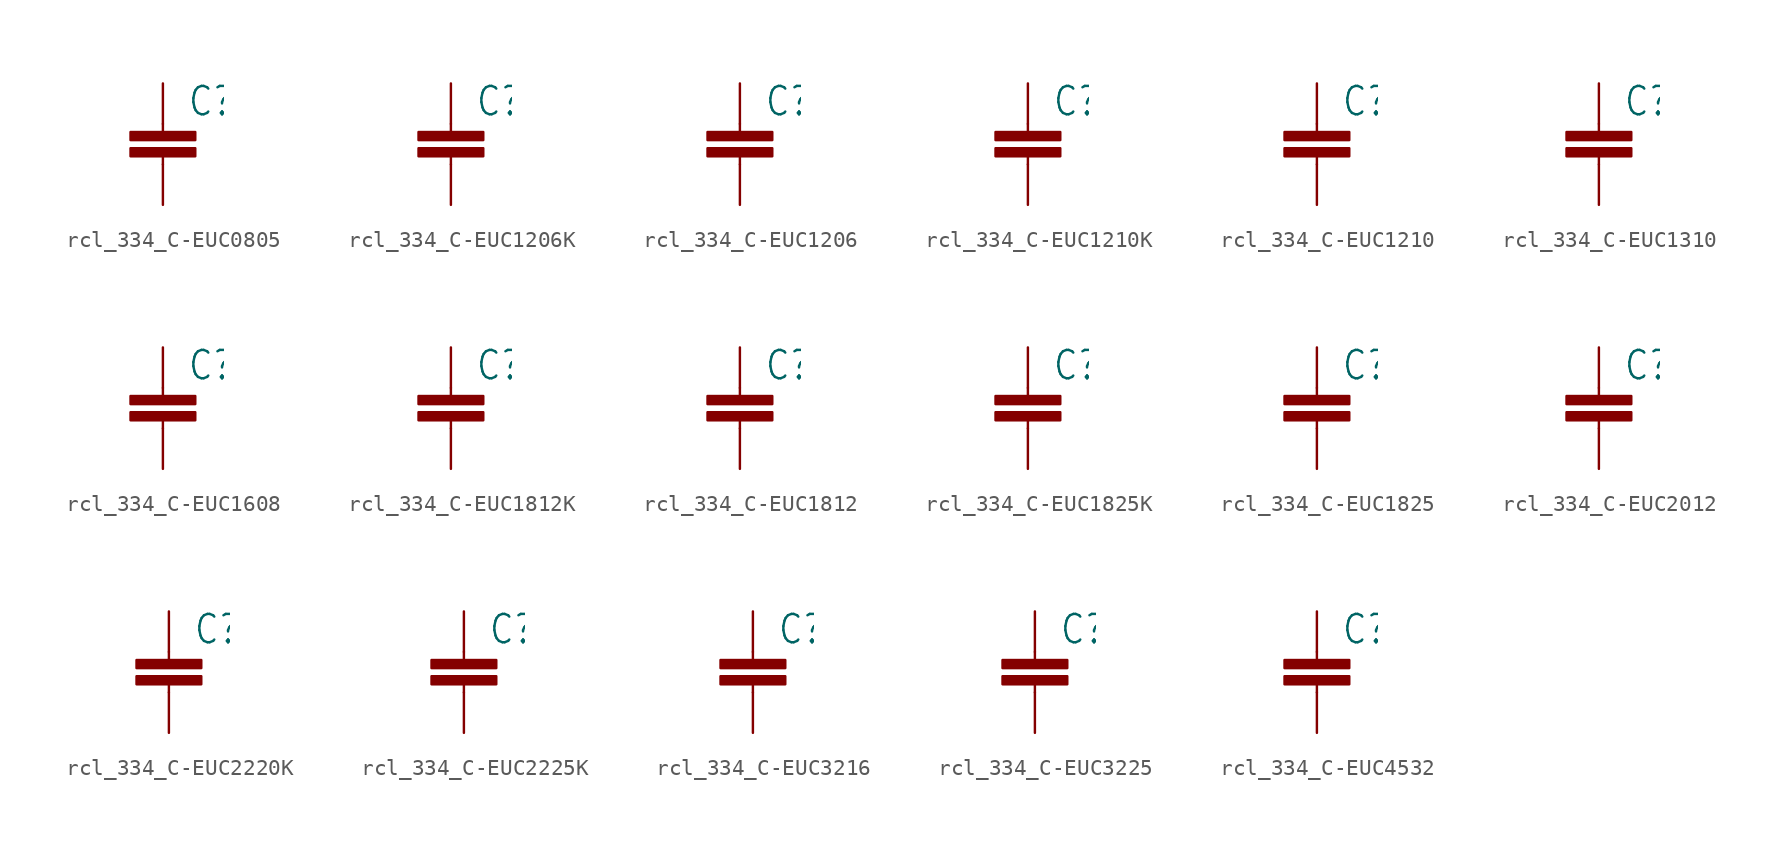
<source format=kicad_sym>
(kicad_symbol_lib
  (version 20241209)
  (generator "kicad_symbol_editor")
  (generator_version "9.0")
  (symbol "rcl_334_C-EUC0805"
    (property "Reference" "C"
      (at 1.524 0.381 0)
      (effects (font (size 1.778 1.511)) (justify left bottom)))
    (property "Value" ""
      (at 1.524 -4.699 0)
      (effects (font (size 1.778 1.511)) (justify left bottom)))
    (property "ki_locked" ""
      (at 0 0 0)
      (effects (font (size 1.27 1.27))))
    (symbol "rcl_334_C-EUC0805_1_0"
      (rectangle (start -2.032 -1.016) (end 2.032 -0.508) (stroke (width 0) (type default)) (fill (type outline)))
      (rectangle (start -2.032 -2.032) (end 2.032 -1.524) (stroke (width 0) (type default)) (fill (type outline)))
      (polyline (pts (xy 0 0) (xy 0 -0.508)) (stroke (width 0.152) (type solid)) (fill (type none)))
      (polyline (pts (xy 0 -2.54) (xy 0 -2.032)) (stroke (width 0.152) (type solid)) (fill (type none)))
      (pin passive line (at 0 2.54 270) (length 2.54) (name "1" (effects (font (size 0 0)))) (number "1" (effects (font (size 0 0)))))
      (pin passive line (at 0 -5.08 90) (length 2.54) (name "2" (effects (font (size 0 0)))) (number "2" (effects (font (size 0 0)))))))
  (symbol "rcl_334_C-EUC1206K"
    (property "Reference" "C"
      (at 1.524 0.381 0)
      (effects (font (size 1.778 1.511)) (justify left bottom)))
    (property "Value" ""
      (at 1.524 -4.699 0)
      (effects (font (size 1.778 1.511)) (justify left bottom)))
    (property "ki_locked" ""
      (at 0 0 0)
      (effects (font (size 1.27 1.27))))
    (symbol "rcl_334_C-EUC1206K_1_0"
      (rectangle (start -2.032 -1.016) (end 2.032 -0.508) (stroke (width 0) (type default)) (fill (type outline)))
      (rectangle (start -2.032 -2.032) (end 2.032 -1.524) (stroke (width 0) (type default)) (fill (type outline)))
      (polyline (pts (xy 0 0) (xy 0 -0.508)) (stroke (width 0.152) (type solid)) (fill (type none)))
      (polyline (pts (xy 0 -2.54) (xy 0 -2.032)) (stroke (width 0.152) (type solid)) (fill (type none)))
      (pin passive line (at 0 2.54 270) (length 2.54) (name "1" (effects (font (size 0 0)))) (number "1" (effects (font (size 0 0)))))
      (pin passive line (at 0 -5.08 90) (length 2.54) (name "2" (effects (font (size 0 0)))) (number "2" (effects (font (size 0 0)))))))
  (symbol "rcl_334_C-EUC1206"
    (property "Reference" "C"
      (at 1.524 0.381 0)
      (effects (font (size 1.778 1.511)) (justify left bottom)))
    (property "Value" ""
      (at 1.524 -4.699 0)
      (effects (font (size 1.778 1.511)) (justify left bottom)))
    (property "ki_locked" ""
      (at 0 0 0)
      (effects (font (size 1.27 1.27))))
    (symbol "rcl_334_C-EUC1206_1_0"
      (rectangle (start -2.032 -1.016) (end 2.032 -0.508) (stroke (width 0) (type default)) (fill (type outline)))
      (rectangle (start -2.032 -2.032) (end 2.032 -1.524) (stroke (width 0) (type default)) (fill (type outline)))
      (polyline (pts (xy 0 0) (xy 0 -0.508)) (stroke (width 0.152) (type solid)) (fill (type none)))
      (polyline (pts (xy 0 -2.54) (xy 0 -2.032)) (stroke (width 0.152) (type solid)) (fill (type none)))
      (pin passive line (at 0 2.54 270) (length 2.54) (name "1" (effects (font (size 0 0)))) (number "1" (effects (font (size 0 0)))))
      (pin passive line (at 0 -5.08 90) (length 2.54) (name "2" (effects (font (size 0 0)))) (number "2" (effects (font (size 0 0)))))))
  (symbol "rcl_334_C-EUC1210K"
    (property "Reference" "C"
      (at 1.524 0.381 0)
      (effects (font (size 1.778 1.511)) (justify left bottom)))
    (property "Value" ""
      (at 1.524 -4.699 0)
      (effects (font (size 1.778 1.511)) (justify left bottom)))
    (property "ki_locked" ""
      (at 0 0 0)
      (effects (font (size 1.27 1.27))))
    (symbol "rcl_334_C-EUC1210K_1_0"
      (rectangle (start -2.032 -1.016) (end 2.032 -0.508) (stroke (width 0) (type default)) (fill (type outline)))
      (rectangle (start -2.032 -2.032) (end 2.032 -1.524) (stroke (width 0) (type default)) (fill (type outline)))
      (polyline (pts (xy 0 0) (xy 0 -0.508)) (stroke (width 0.152) (type solid)) (fill (type none)))
      (polyline (pts (xy 0 -2.54) (xy 0 -2.032)) (stroke (width 0.152) (type solid)) (fill (type none)))
      (pin passive line (at 0 2.54 270) (length 2.54) (name "1" (effects (font (size 0 0)))) (number "1" (effects (font (size 0 0)))))
      (pin passive line (at 0 -5.08 90) (length 2.54) (name "2" (effects (font (size 0 0)))) (number "2" (effects (font (size 0 0)))))))
  (symbol "rcl_334_C-EUC1210"
    (property "Reference" "C"
      (at 1.524 0.381 0)
      (effects (font (size 1.778 1.511)) (justify left bottom)))
    (property "Value" ""
      (at 1.524 -4.699 0)
      (effects (font (size 1.778 1.511)) (justify left bottom)))
    (property "ki_locked" ""
      (at 0 0 0)
      (effects (font (size 1.27 1.27))))
    (symbol "rcl_334_C-EUC1210_1_0"
      (rectangle (start -2.032 -1.016) (end 2.032 -0.508) (stroke (width 0) (type default)) (fill (type outline)))
      (rectangle (start -2.032 -2.032) (end 2.032 -1.524) (stroke (width 0) (type default)) (fill (type outline)))
      (polyline (pts (xy 0 0) (xy 0 -0.508)) (stroke (width 0.152) (type solid)) (fill (type none)))
      (polyline (pts (xy 0 -2.54) (xy 0 -2.032)) (stroke (width 0.152) (type solid)) (fill (type none)))
      (pin passive line (at 0 2.54 270) (length 2.54) (name "1" (effects (font (size 0 0)))) (number "1" (effects (font (size 0 0)))))
      (pin passive line (at 0 -5.08 90) (length 2.54) (name "2" (effects (font (size 0 0)))) (number "2" (effects (font (size 0 0)))))))
  (symbol "rcl_334_C-EUC1310"
    (property "Reference" "C"
      (at 1.524 0.381 0)
      (effects (font (size 1.778 1.511)) (justify left bottom)))
    (property "Value" ""
      (at 1.524 -4.699 0)
      (effects (font (size 1.778 1.511)) (justify left bottom)))
    (property "ki_locked" ""
      (at 0 0 0)
      (effects (font (size 1.27 1.27))))
    (symbol "rcl_334_C-EUC1310_1_0"
      (rectangle (start -2.032 -1.016) (end 2.032 -0.508) (stroke (width 0) (type default)) (fill (type outline)))
      (rectangle (start -2.032 -2.032) (end 2.032 -1.524) (stroke (width 0) (type default)) (fill (type outline)))
      (polyline (pts (xy 0 0) (xy 0 -0.508)) (stroke (width 0.152) (type solid)) (fill (type none)))
      (polyline (pts (xy 0 -2.54) (xy 0 -2.032)) (stroke (width 0.152) (type solid)) (fill (type none)))
      (pin passive line (at 0 2.54 270) (length 2.54) (name "1" (effects (font (size 0 0)))) (number "1" (effects (font (size 0 0)))))
      (pin passive line (at 0 -5.08 90) (length 2.54) (name "2" (effects (font (size 0 0)))) (number "2" (effects (font (size 0 0)))))))
  (symbol "rcl_334_C-EUC1608"
    (property "Reference" "C"
      (at 1.524 0.381 0)
      (effects (font (size 1.778 1.511)) (justify left bottom)))
    (property "Value" ""
      (at 1.524 -4.699 0)
      (effects (font (size 1.778 1.511)) (justify left bottom)))
    (property "ki_locked" ""
      (at 0 0 0)
      (effects (font (size 1.27 1.27))))
    (symbol "rcl_334_C-EUC1608_1_0"
      (rectangle (start -2.032 -1.016) (end 2.032 -0.508) (stroke (width 0) (type default)) (fill (type outline)))
      (rectangle (start -2.032 -2.032) (end 2.032 -1.524) (stroke (width 0) (type default)) (fill (type outline)))
      (polyline (pts (xy 0 0) (xy 0 -0.508)) (stroke (width 0.152) (type solid)) (fill (type none)))
      (polyline (pts (xy 0 -2.54) (xy 0 -2.032)) (stroke (width 0.152) (type solid)) (fill (type none)))
      (pin passive line (at 0 2.54 270) (length 2.54) (name "1" (effects (font (size 0 0)))) (number "1" (effects (font (size 0 0)))))
      (pin passive line (at 0 -5.08 90) (length 2.54) (name "2" (effects (font (size 0 0)))) (number "2" (effects (font (size 0 0)))))))
  (symbol "rcl_334_C-EUC1812K"
    (property "Reference" "C"
      (at 1.524 0.381 0)
      (effects (font (size 1.778 1.511)) (justify left bottom)))
    (property "Value" ""
      (at 1.524 -4.699 0)
      (effects (font (size 1.778 1.511)) (justify left bottom)))
    (property "ki_locked" ""
      (at 0 0 0)
      (effects (font (size 1.27 1.27))))
    (symbol "rcl_334_C-EUC1812K_1_0"
      (rectangle (start -2.032 -1.016) (end 2.032 -0.508) (stroke (width 0) (type default)) (fill (type outline)))
      (rectangle (start -2.032 -2.032) (end 2.032 -1.524) (stroke (width 0) (type default)) (fill (type outline)))
      (polyline (pts (xy 0 0) (xy 0 -0.508)) (stroke (width 0.152) (type solid)) (fill (type none)))
      (polyline (pts (xy 0 -2.54) (xy 0 -2.032)) (stroke (width 0.152) (type solid)) (fill (type none)))
      (pin passive line (at 0 2.54 270) (length 2.54) (name "1" (effects (font (size 0 0)))) (number "1" (effects (font (size 0 0)))))
      (pin passive line (at 0 -5.08 90) (length 2.54) (name "2" (effects (font (size 0 0)))) (number "2" (effects (font (size 0 0)))))))
  (symbol "rcl_334_C-EUC1812"
    (property "Reference" "C"
      (at 1.524 0.381 0)
      (effects (font (size 1.778 1.511)) (justify left bottom)))
    (property "Value" ""
      (at 1.524 -4.699 0)
      (effects (font (size 1.778 1.511)) (justify left bottom)))
    (property "ki_locked" ""
      (at 0 0 0)
      (effects (font (size 1.27 1.27))))
    (symbol "rcl_334_C-EUC1812_1_0"
      (rectangle (start -2.032 -1.016) (end 2.032 -0.508) (stroke (width 0) (type default)) (fill (type outline)))
      (rectangle (start -2.032 -2.032) (end 2.032 -1.524) (stroke (width 0) (type default)) (fill (type outline)))
      (polyline (pts (xy 0 0) (xy 0 -0.508)) (stroke (width 0.152) (type solid)) (fill (type none)))
      (polyline (pts (xy 0 -2.54) (xy 0 -2.032)) (stroke (width 0.152) (type solid)) (fill (type none)))
      (pin passive line (at 0 2.54 270) (length 2.54) (name "1" (effects (font (size 0 0)))) (number "1" (effects (font (size 0 0)))))
      (pin passive line (at 0 -5.08 90) (length 2.54) (name "2" (effects (font (size 0 0)))) (number "2" (effects (font (size 0 0)))))))
  (symbol "rcl_334_C-EUC1825K"
    (property "Reference" "C"
      (at 1.524 0.381 0)
      (effects (font (size 1.778 1.511)) (justify left bottom)))
    (property "Value" ""
      (at 1.524 -4.699 0)
      (effects (font (size 1.778 1.511)) (justify left bottom)))
    (property "ki_locked" ""
      (at 0 0 0)
      (effects (font (size 1.27 1.27))))
    (symbol "rcl_334_C-EUC1825K_1_0"
      (rectangle (start -2.032 -1.016) (end 2.032 -0.508) (stroke (width 0) (type default)) (fill (type outline)))
      (rectangle (start -2.032 -2.032) (end 2.032 -1.524) (stroke (width 0) (type default)) (fill (type outline)))
      (polyline (pts (xy 0 0) (xy 0 -0.508)) (stroke (width 0.152) (type solid)) (fill (type none)))
      (polyline (pts (xy 0 -2.54) (xy 0 -2.032)) (stroke (width 0.152) (type solid)) (fill (type none)))
      (pin passive line (at 0 2.54 270) (length 2.54) (name "1" (effects (font (size 0 0)))) (number "1" (effects (font (size 0 0)))))
      (pin passive line (at 0 -5.08 90) (length 2.54) (name "2" (effects (font (size 0 0)))) (number "2" (effects (font (size 0 0)))))))
  (symbol "rcl_334_C-EUC1825"
    (property "Reference" "C"
      (at 1.524 0.381 0)
      (effects (font (size 1.778 1.511)) (justify left bottom)))
    (property "Value" ""
      (at 1.524 -4.699 0)
      (effects (font (size 1.778 1.511)) (justify left bottom)))
    (property "ki_locked" ""
      (at 0 0 0)
      (effects (font (size 1.27 1.27))))
    (symbol "rcl_334_C-EUC1825_1_0"
      (rectangle (start -2.032 -1.016) (end 2.032 -0.508) (stroke (width 0) (type default)) (fill (type outline)))
      (rectangle (start -2.032 -2.032) (end 2.032 -1.524) (stroke (width 0) (type default)) (fill (type outline)))
      (polyline (pts (xy 0 0) (xy 0 -0.508)) (stroke (width 0.152) (type solid)) (fill (type none)))
      (polyline (pts (xy 0 -2.54) (xy 0 -2.032)) (stroke (width 0.152) (type solid)) (fill (type none)))
      (pin passive line (at 0 2.54 270) (length 2.54) (name "1" (effects (font (size 0 0)))) (number "1" (effects (font (size 0 0)))))
      (pin passive line (at 0 -5.08 90) (length 2.54) (name "2" (effects (font (size 0 0)))) (number "2" (effects (font (size 0 0)))))))
  (symbol "rcl_334_C-EUC2012"
    (property "Reference" "C"
      (at 1.524 0.381 0)
      (effects (font (size 1.778 1.511)) (justify left bottom)))
    (property "Value" ""
      (at 1.524 -4.699 0)
      (effects (font (size 1.778 1.511)) (justify left bottom)))
    (property "ki_locked" ""
      (at 0 0 0)
      (effects (font (size 1.27 1.27))))
    (symbol "rcl_334_C-EUC2012_1_0"
      (rectangle (start -2.032 -1.016) (end 2.032 -0.508) (stroke (width 0) (type default)) (fill (type outline)))
      (rectangle (start -2.032 -2.032) (end 2.032 -1.524) (stroke (width 0) (type default)) (fill (type outline)))
      (polyline (pts (xy 0 0) (xy 0 -0.508)) (stroke (width 0.152) (type solid)) (fill (type none)))
      (polyline (pts (xy 0 -2.54) (xy 0 -2.032)) (stroke (width 0.152) (type solid)) (fill (type none)))
      (pin passive line (at 0 2.54 270) (length 2.54) (name "1" (effects (font (size 0 0)))) (number "1" (effects (font (size 0 0)))))
      (pin passive line (at 0 -5.08 90) (length 2.54) (name "2" (effects (font (size 0 0)))) (number "2" (effects (font (size 0 0)))))))
  (symbol "rcl_334_C-EUC2220K"
    (property "Reference" "C"
      (at 1.524 0.381 0)
      (effects (font (size 1.778 1.511)) (justify left bottom)))
    (property "Value" ""
      (at 1.524 -4.699 0)
      (effects (font (size 1.778 1.511)) (justify left bottom)))
    (property "ki_locked" ""
      (at 0 0 0)
      (effects (font (size 1.27 1.27))))
    (symbol "rcl_334_C-EUC2220K_1_0"
      (rectangle (start -2.032 -1.016) (end 2.032 -0.508) (stroke (width 0) (type default)) (fill (type outline)))
      (rectangle (start -2.032 -2.032) (end 2.032 -1.524) (stroke (width 0) (type default)) (fill (type outline)))
      (polyline (pts (xy 0 0) (xy 0 -0.508)) (stroke (width 0.152) (type solid)) (fill (type none)))
      (polyline (pts (xy 0 -2.54) (xy 0 -2.032)) (stroke (width 0.152) (type solid)) (fill (type none)))
      (pin passive line (at 0 2.54 270) (length 2.54) (name "1" (effects (font (size 0 0)))) (number "1" (effects (font (size 0 0)))))
      (pin passive line (at 0 -5.08 90) (length 2.54) (name "2" (effects (font (size 0 0)))) (number "2" (effects (font (size 0 0)))))))
  (symbol "rcl_334_C-EUC2225K"
    (property "Reference" "C"
      (at 1.524 0.381 0)
      (effects (font (size 1.778 1.511)) (justify left bottom)))
    (property "Value" ""
      (at 1.524 -4.699 0)
      (effects (font (size 1.778 1.511)) (justify left bottom)))
    (property "ki_locked" ""
      (at 0 0 0)
      (effects (font (size 1.27 1.27))))
    (symbol "rcl_334_C-EUC2225K_1_0"
      (rectangle (start -2.032 -1.016) (end 2.032 -0.508) (stroke (width 0) (type default)) (fill (type outline)))
      (rectangle (start -2.032 -2.032) (end 2.032 -1.524) (stroke (width 0) (type default)) (fill (type outline)))
      (polyline (pts (xy 0 0) (xy 0 -0.508)) (stroke (width 0.152) (type solid)) (fill (type none)))
      (polyline (pts (xy 0 -2.54) (xy 0 -2.032)) (stroke (width 0.152) (type solid)) (fill (type none)))
      (pin passive line (at 0 2.54 270) (length 2.54) (name "1" (effects (font (size 0 0)))) (number "1" (effects (font (size 0 0)))))
      (pin passive line (at 0 -5.08 90) (length 2.54) (name "2" (effects (font (size 0 0)))) (number "2" (effects (font (size 0 0)))))))
  (symbol "rcl_334_C-EUC3216"
    (property "Reference" "C"
      (at 1.524 0.381 0)
      (effects (font (size 1.778 1.511)) (justify left bottom)))
    (property "Value" ""
      (at 1.524 -4.699 0)
      (effects (font (size 1.778 1.511)) (justify left bottom)))
    (property "ki_locked" ""
      (at 0 0 0)
      (effects (font (size 1.27 1.27))))
    (symbol "rcl_334_C-EUC3216_1_0"
      (rectangle (start -2.032 -1.016) (end 2.032 -0.508) (stroke (width 0) (type default)) (fill (type outline)))
      (rectangle (start -2.032 -2.032) (end 2.032 -1.524) (stroke (width 0) (type default)) (fill (type outline)))
      (polyline (pts (xy 0 0) (xy 0 -0.508)) (stroke (width 0.152) (type solid)) (fill (type none)))
      (polyline (pts (xy 0 -2.54) (xy 0 -2.032)) (stroke (width 0.152) (type solid)) (fill (type none)))
      (pin passive line (at 0 2.54 270) (length 2.54) (name "1" (effects (font (size 0 0)))) (number "1" (effects (font (size 0 0)))))
      (pin passive line (at 0 -5.08 90) (length 2.54) (name "2" (effects (font (size 0 0)))) (number "2" (effects (font (size 0 0)))))))
  (symbol "rcl_334_C-EUC3225"
    (property "Reference" "C"
      (at 1.524 0.381 0)
      (effects (font (size 1.778 1.511)) (justify left bottom)))
    (property "Value" ""
      (at 1.524 -4.699 0)
      (effects (font (size 1.778 1.511)) (justify left bottom)))
    (property "ki_locked" ""
      (at 0 0 0)
      (effects (font (size 1.27 1.27))))
    (symbol "rcl_334_C-EUC3225_1_0"
      (rectangle (start -2.032 -1.016) (end 2.032 -0.508) (stroke (width 0) (type default)) (fill (type outline)))
      (rectangle (start -2.032 -2.032) (end 2.032 -1.524) (stroke (width 0) (type default)) (fill (type outline)))
      (polyline (pts (xy 0 0) (xy 0 -0.508)) (stroke (width 0.152) (type solid)) (fill (type none)))
      (polyline (pts (xy 0 -2.54) (xy 0 -2.032)) (stroke (width 0.152) (type solid)) (fill (type none)))
      (pin passive line (at 0 2.54 270) (length 2.54) (name "1" (effects (font (size 0 0)))) (number "1" (effects (font (size 0 0)))))
      (pin passive line (at 0 -5.08 90) (length 2.54) (name "2" (effects (font (size 0 0)))) (number "2" (effects (font (size 0 0)))))))
  (symbol "rcl_334_C-EUC4532"
    (property "Reference" "C"
      (at 1.524 0.381 0)
      (effects (font (size 1.778 1.511)) (justify left bottom)))
    (property "Value" ""
      (at 1.524 -4.699 0)
      (effects (font (size 1.778 1.511)) (justify left bottom)))
    (property "ki_locked" ""
      (at 0 0 0)
      (effects (font (size 1.27 1.27))))
    (symbol "rcl_334_C-EUC4532_1_0"
      (rectangle (start -2.032 -1.016) (end 2.032 -0.508) (stroke (width 0) (type default)) (fill (type outline)))
      (rectangle (start -2.032 -2.032) (end 2.032 -1.524) (stroke (width 0) (type default)) (fill (type outline)))
      (polyline (pts (xy 0 0) (xy 0 -0.508)) (stroke (width 0.152) (type solid)) (fill (type none)))
      (polyline (pts (xy 0 -2.54) (xy 0 -2.032)) (stroke (width 0.152) (type solid)) (fill (type none)))
      (pin passive line (at 0 2.54 270) (length 2.54) (name "1" (effects (font (size 0 0)))) (number "1" (effects (font (size 0 0)))))
      (pin passive line (at 0 -5.08 90) (length 2.54) (name "2" (effects (font (size 0 0)))) (number "2" (effects (font (size 0 0))))))))
</source>
